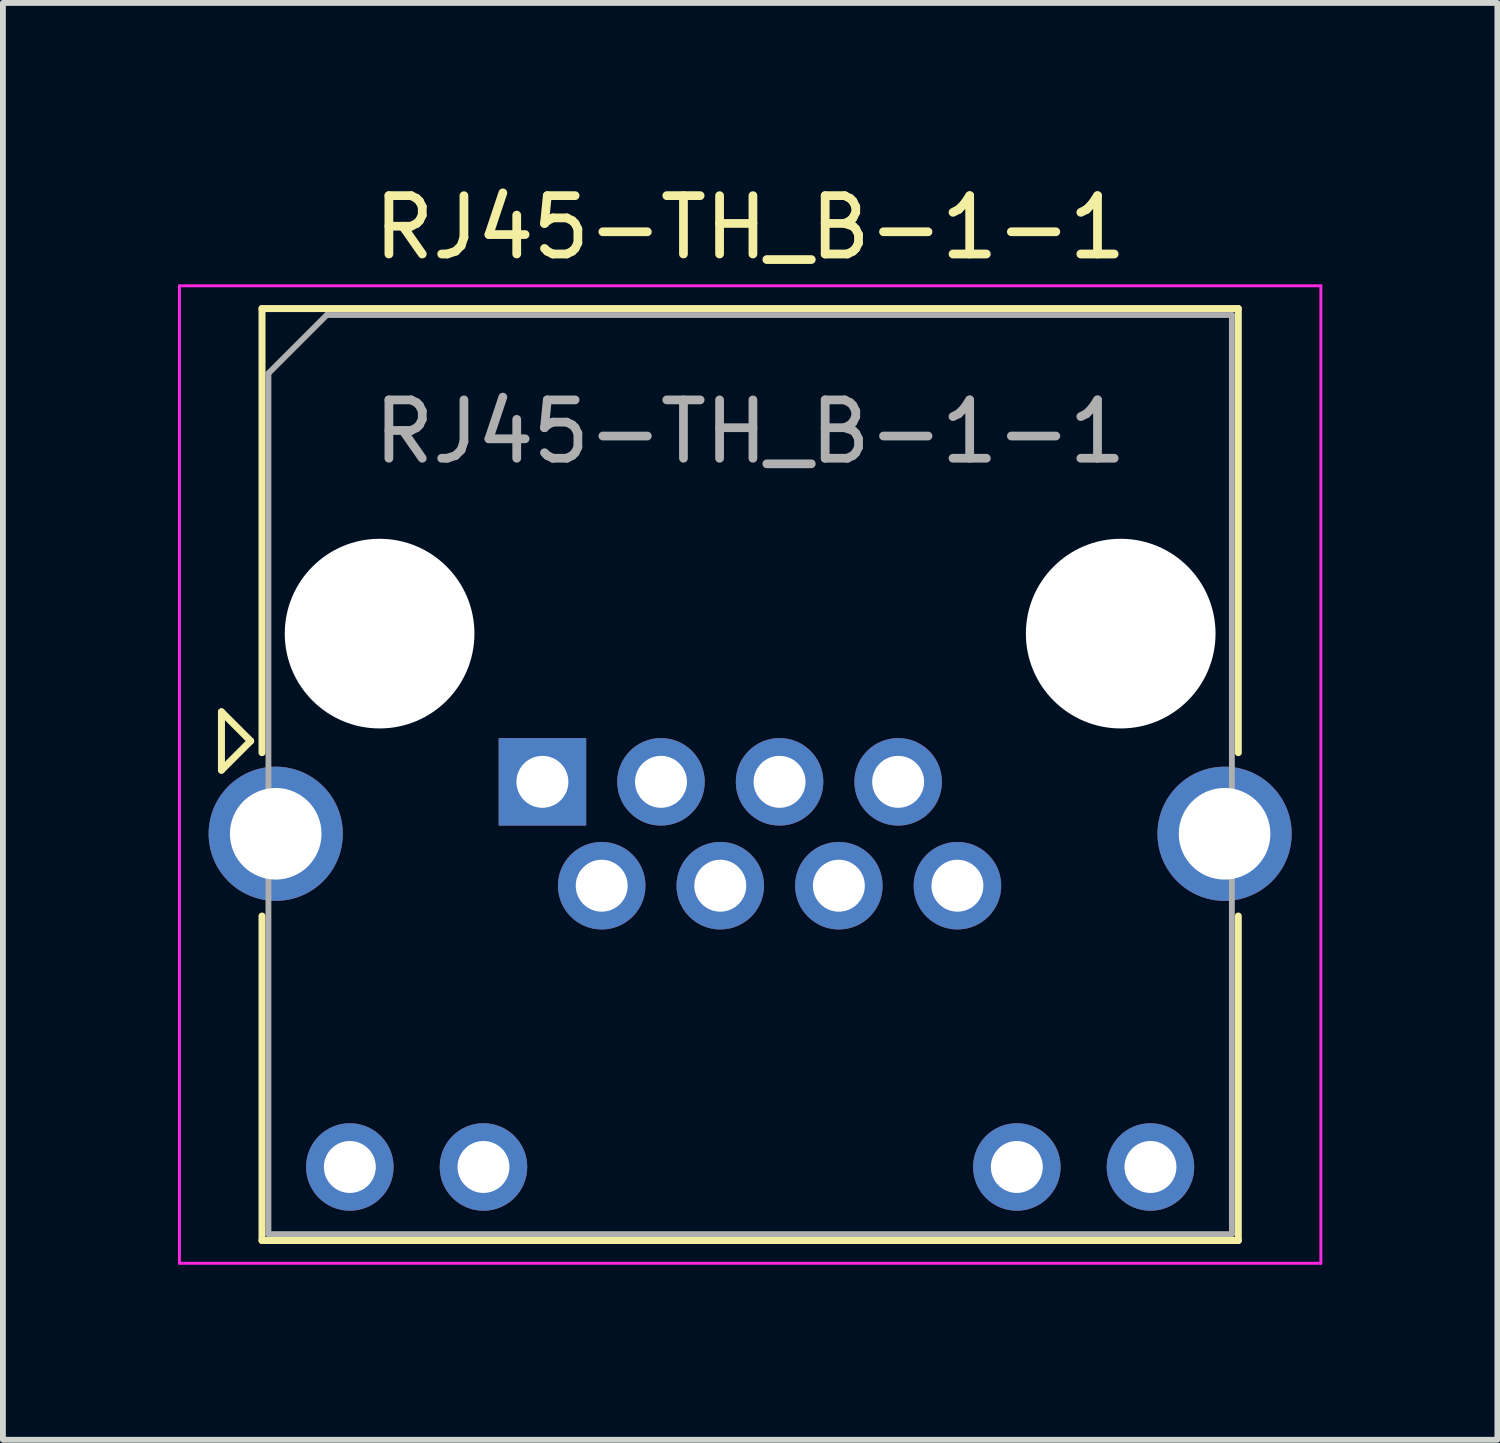
<source format=kicad_pcb>
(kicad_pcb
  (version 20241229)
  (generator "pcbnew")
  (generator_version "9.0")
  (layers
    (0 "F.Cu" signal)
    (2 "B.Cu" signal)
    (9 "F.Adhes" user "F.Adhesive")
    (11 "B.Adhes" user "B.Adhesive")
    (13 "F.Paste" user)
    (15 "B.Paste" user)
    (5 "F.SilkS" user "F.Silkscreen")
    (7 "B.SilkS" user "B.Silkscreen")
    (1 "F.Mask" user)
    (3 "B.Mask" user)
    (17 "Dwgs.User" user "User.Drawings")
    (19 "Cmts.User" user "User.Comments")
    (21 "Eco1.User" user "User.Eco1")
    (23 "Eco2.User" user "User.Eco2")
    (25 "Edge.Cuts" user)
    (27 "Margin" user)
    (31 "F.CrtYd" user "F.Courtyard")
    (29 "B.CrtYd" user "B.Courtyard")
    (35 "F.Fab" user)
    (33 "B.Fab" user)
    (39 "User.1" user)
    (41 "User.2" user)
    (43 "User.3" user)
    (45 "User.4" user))
  (footprint "RJ45-TH_B-1-1"
    (layer "F.Cu")
    (at 6.245 10.348)
    (property "Reference" "RJ45-TH_B-1-1" (at 3.56 -9.5 0) (layer "F.SilkS") (effects (font (size 1 1) (thickness 0.15))))
    (attr through_hole)
    (fp_line (start -5.5 -1.2) (end -5 -0.7) (stroke (width 0.12) (type solid)) (layer "F.SilkS"))
    (fp_line (start -5.5 -0.2) (end -5.5 -1.2) (stroke (width 0.12) (type solid)) (layer "F.SilkS"))
    (fp_line (start -5 -0.7) (end -5.5 -0.2) (stroke (width 0.12) (type solid)) (layer "F.SilkS"))
    (fp_line (start -4.805 -8.11) (end -4.805 -0.5) (stroke (width 0.12) (type solid)) (layer "F.SilkS"))
    (fp_line (start -4.805 -8.11) (end 11.925 -8.11) (stroke (width 0.12) (type solid)) (layer "F.SilkS"))
    (fp_line (start -4.805 7.86) (end -4.805 2.3) (stroke (width 0.12) (type solid)) (layer "F.SilkS"))
    (fp_line (start -4.805 7.86) (end 11.925 7.86) (stroke (width 0.12) (type solid)) (layer "F.SilkS"))
    (fp_line (start 11.925 -8.11) (end 11.925 -0.5) (stroke (width 0.12) (type solid)) (layer "F.SilkS"))
    (fp_line (start 11.925 7.86) (end 11.925 2.3) (stroke (width 0.12) (type solid)) (layer "F.SilkS"))
    (fp_line (start -6.22 -8.5) (end -6.22 8.25) (stroke (width 0.05) (type solid)) (layer "F.CrtYd"))
    (fp_line (start -6.22 -8.5) (end 13.34 -8.5) (stroke (width 0.05) (type solid)) (layer "F.CrtYd"))
    (fp_line (start -6.22 8.25) (end 13.34 8.25) (stroke (width 0.05) (type solid)) (layer "F.CrtYd"))
    (fp_line (start 13.34 -8.5) (end 13.34 8.25) (stroke (width 0.05) (type solid)) (layer "F.CrtYd"))
    (fp_line (start -4.695 -7) (end -4.695 7.75) (stroke (width 0.1) (type solid)) (layer "F.Fab"))
    (fp_line (start -4.695 -7) (end -3.695 -8) (stroke (width 0.1) (type solid)) (layer "F.Fab"))
    (fp_line (start -4.695 7.75) (end 11.815 7.75) (stroke (width 0.1) (type solid)) (layer "F.Fab"))
    (fp_line (start -3.695 -8) (end 11.815 -8) (stroke (width 0.1) (type solid)) (layer "F.Fab"))
    (fp_line (start 11.815 -8) (end 11.815 7.75) (stroke (width 0.1) (type solid)) (layer "F.Fab"))
    (fp_text user "${REFERENCE}" (at 3.56 -6 0) (layer "F.Fab") (effects (font (size 1 1) (thickness 0.15))))
    (pad "" np_thru_hole circle (at -2.79 -2.54) (size 3.25 3.25) (drill 3.25) (layers "*.Cu" "*.Mask"))
    (pad "" np_thru_hole circle (at 9.91 -2.54) (size 3.25 3.25) (drill 3.25) (layers "*.Cu" "*.Mask"))
    (pad "1" thru_hole rect (at 0 0) (size 1.5 1.5) (drill 0.89) (layers "*.Cu" "*.Mask"))
    (pad "2" thru_hole circle (at 1.016 1.78) (size 1.5 1.5) (drill 0.89) (layers "*.Cu" "*.Mask"))
    (pad "3" thru_hole circle (at 2.032 0) (size 1.5 1.5) (drill 0.89) (layers "*.Cu" "*.Mask"))
    (pad "4" thru_hole circle (at 3.048 1.78) (size 1.5 1.5) (drill 0.89) (layers "*.Cu" "*.Mask"))
    (pad "5" thru_hole circle (at 4.064 0) (size 1.5 1.5) (drill 0.89) (layers "*.Cu" "*.Mask"))
    (pad "6" thru_hole circle (at 5.08 1.78) (size 1.5 1.5) (drill 0.89) (layers "*.Cu" "*.Mask"))
    (pad "7" thru_hole circle (at 6.096 0) (size 1.5 1.5) (drill 0.89) (layers "*.Cu" "*.Mask"))
    (pad "8" thru_hole circle (at 7.112 1.78) (size 1.5 1.5) (drill 0.89) (layers "*.Cu" "*.Mask"))
    (pad "9" thru_hole circle (at -3.3 6.6) (size 1.5 1.5) (drill 0.89) (layers "*.Cu" "*.Mask"))
    (pad "10" thru_hole circle (at -1.01 6.6) (size 1.5 1.5) (drill 0.89) (layers "*.Cu" "*.Mask"))
    (pad "11" thru_hole circle (at 8.13 6.6) (size 1.5 1.5) (drill 0.89) (layers "*.Cu" "*.Mask"))
    (pad "12" thru_hole circle (at 10.42 6.6) (size 1.5 1.5) (drill 0.89) (layers "*.Cu" "*.Mask"))
    (pad "SH" thru_hole circle (at -4.57 0.89) (size 2.3 2.3) (drill 1.57) (layers "*.Cu" "*.Mask"))
    (pad "SH" thru_hole circle (at 11.69 0.89) (size 2.3 2.3) (drill 1.57) (layers "*.Cu" "*.Mask")))
  (gr_rect
    (start -3 -3)
    (end 22.61 21.623)
    (stroke (width 0.1) (type default))
    (fill no)
    (layer "Edge.Cuts")))
</source>
